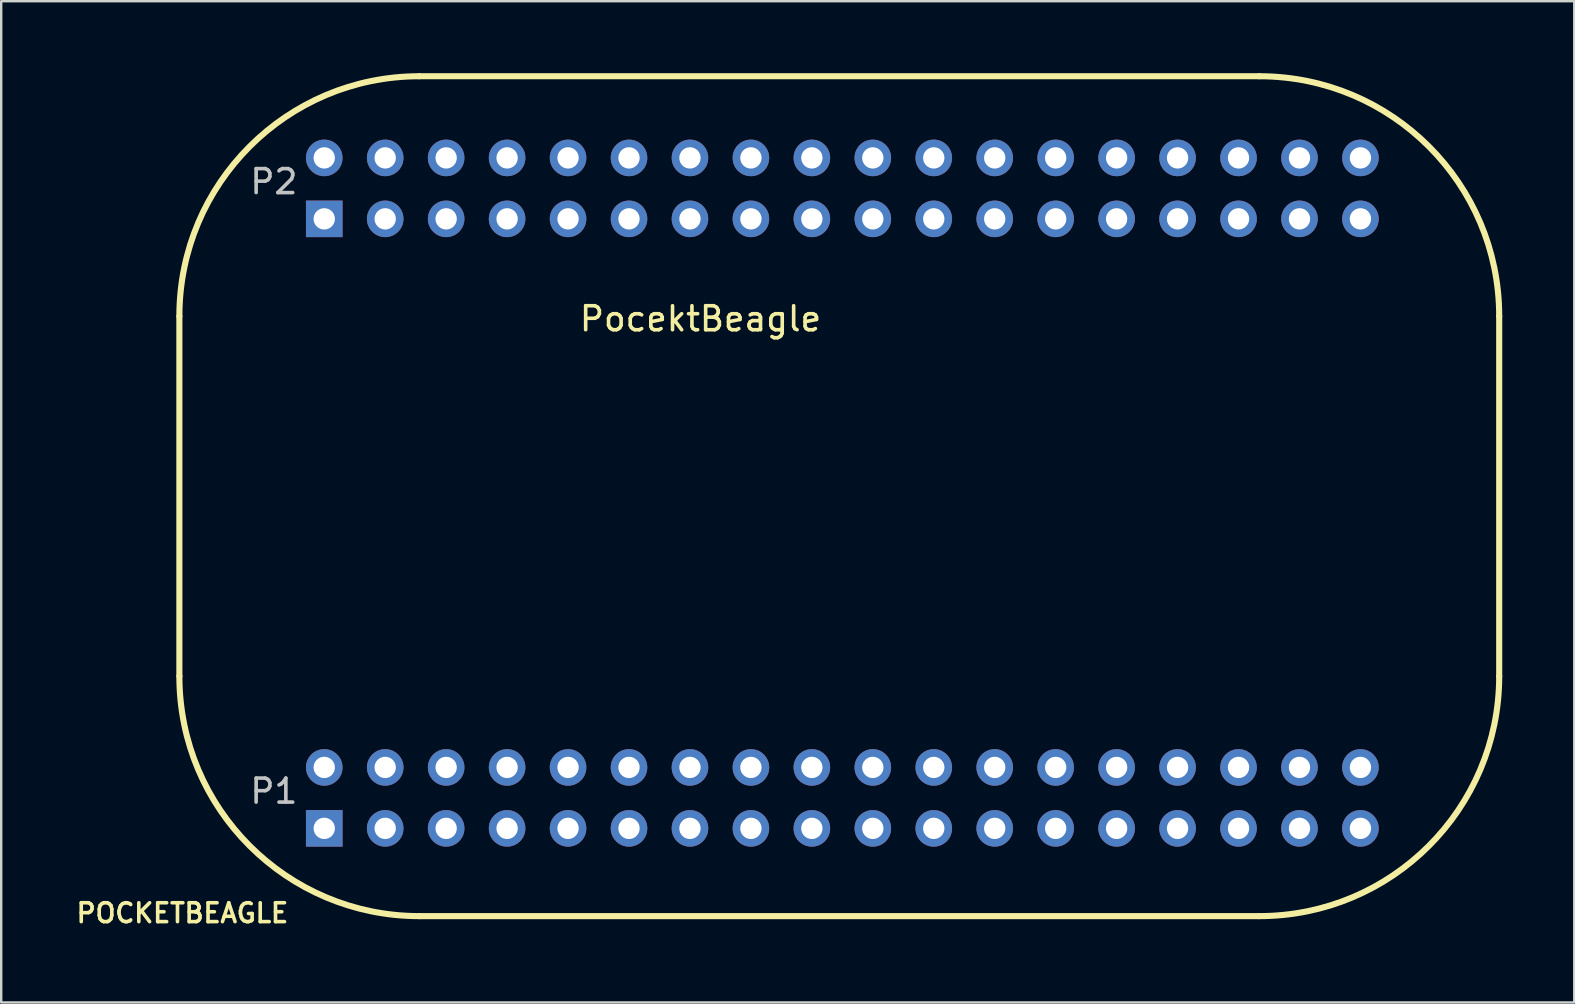
<source format=kicad_pcb>
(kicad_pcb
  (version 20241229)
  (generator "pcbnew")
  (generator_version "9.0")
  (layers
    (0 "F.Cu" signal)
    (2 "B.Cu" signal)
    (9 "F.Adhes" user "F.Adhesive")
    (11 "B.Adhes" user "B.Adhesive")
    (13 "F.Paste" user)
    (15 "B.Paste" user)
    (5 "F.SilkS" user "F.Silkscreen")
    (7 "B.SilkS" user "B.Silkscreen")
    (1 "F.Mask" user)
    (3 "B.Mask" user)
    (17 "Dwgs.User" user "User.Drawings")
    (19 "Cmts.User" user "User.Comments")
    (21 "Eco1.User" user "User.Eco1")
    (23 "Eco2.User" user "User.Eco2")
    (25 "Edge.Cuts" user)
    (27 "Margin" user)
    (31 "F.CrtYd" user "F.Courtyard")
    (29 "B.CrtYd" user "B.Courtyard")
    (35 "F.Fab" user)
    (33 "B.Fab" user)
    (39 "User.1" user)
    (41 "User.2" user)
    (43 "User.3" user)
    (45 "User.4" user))
  (footprint "POCKETBEAGLE"
    (layer "F.Cu")
    (at 4.552 35)
    (property "Reference" "POCKETBEAGLE" (at 0 0 0) (layer "F.SilkS") (effects (font (size 0.787 0.787) (thickness 0.15))))
    (attr through_hole)
    (fp_line (start -0.127 -24.873) (end -0.127 -9.873) (stroke (width 0.254) (type solid)) (layer "F.SilkS"))
    (fp_line (start 9.873 0.127) (end 44.873 0.127) (stroke (width 0.254) (type solid)) (layer "F.SilkS"))
    (fp_line (start 44.873 -34.873) (end 9.873 -34.873) (stroke (width 0.254) (type solid)) (layer "F.SilkS"))
    (fp_line (start 54.873 -9.873) (end 54.873 -24.873) (stroke (width 0.254) (type solid)) (layer "F.SilkS"))
    (fp_arc (start -0.127 -24.873) (mid 2.801932 -31.944068) (end 9.873 -34.873) (stroke (width 0.254) (type solid)) (layer "F.SilkS"))
    (fp_arc (start 9.873 0.127) (mid 2.801932 -2.801932) (end -0.127 -9.873) (stroke (width 0.254) (type solid)) (layer "F.SilkS"))
    (fp_arc (start 44.873 -34.873) (mid 51.944068 -31.944068) (end 54.873 -24.873) (stroke (width 0.254) (type solid)) (layer "F.SilkS"))
    (fp_arc (start 54.873 -9.873) (mid 51.944068 -2.801932) (end 44.873 0.127) (stroke (width 0.254) (type solid)) (layer "F.SilkS"))
    (fp_poly (pts (xy 5.656 -31.724) (xy 6.164 -31.724) (xy 6.164 -31.216) (xy 5.656 -31.216)) (stroke (width 0.01) (type solid)) (fill no) (layer "F.Fab"))
    (fp_poly (pts (xy 5.656 -29.184) (xy 6.164 -29.184) (xy 6.164 -28.676) (xy 5.656 -28.676)) (stroke (width 0.01) (type solid)) (fill no) (layer "F.Fab"))
    (fp_poly (pts (xy 5.656 -6.324) (xy 6.164 -6.324) (xy 6.164 -5.816) (xy 5.656 -5.816)) (stroke (width 0.01) (type solid)) (fill no) (layer "F.Fab"))
    (fp_poly (pts (xy 5.656 -3.784) (xy 6.164 -3.784) (xy 6.164 -3.276) (xy 5.656 -3.276)) (stroke (width 0.01) (type solid)) (fill no) (layer "F.Fab"))
    (fp_poly (pts (xy 8.196 -31.724) (xy 8.704 -31.724) (xy 8.704 -31.216) (xy 8.196 -31.216)) (stroke (width 0.01) (type solid)) (fill no) (layer "F.Fab"))
    (fp_poly (pts (xy 8.196 -29.184) (xy 8.704 -29.184) (xy 8.704 -28.676) (xy 8.196 -28.676)) (stroke (width 0.01) (type solid)) (fill no) (layer "F.Fab"))
    (fp_poly (pts (xy 8.196 -6.324) (xy 8.704 -6.324) (xy 8.704 -5.816) (xy 8.196 -5.816)) (stroke (width 0.01) (type solid)) (fill no) (layer "F.Fab"))
    (fp_poly (pts (xy 8.196 -3.784) (xy 8.704 -3.784) (xy 8.704 -3.276) (xy 8.196 -3.276)) (stroke (width 0.01) (type solid)) (fill no) (layer "F.Fab"))
    (fp_poly (pts (xy 10.736 -31.724) (xy 11.244 -31.724) (xy 11.244 -31.216) (xy 10.736 -31.216)) (stroke (width 0.01) (type solid)) (fill no) (layer "F.Fab"))
    (fp_poly (pts (xy 10.736 -29.184) (xy 11.244 -29.184) (xy 11.244 -28.676) (xy 10.736 -28.676)) (stroke (width 0.01) (type solid)) (fill no) (layer "F.Fab"))
    (fp_poly (pts (xy 10.736 -6.324) (xy 11.244 -6.324) (xy 11.244 -5.816) (xy 10.736 -5.816)) (stroke (width 0.01) (type solid)) (fill no) (layer "F.Fab"))
    (fp_poly (pts (xy 10.736 -3.784) (xy 11.244 -3.784) (xy 11.244 -3.276) (xy 10.736 -3.276)) (stroke (width 0.01) (type solid)) (fill no) (layer "F.Fab"))
    (fp_poly (pts (xy 13.276 -31.724) (xy 13.784 -31.724) (xy 13.784 -31.216) (xy 13.276 -31.216)) (stroke (width 0.01) (type solid)) (fill no) (layer "F.Fab"))
    (fp_poly (pts (xy 13.276 -29.184) (xy 13.784 -29.184) (xy 13.784 -28.676) (xy 13.276 -28.676)) (stroke (width 0.01) (type solid)) (fill no) (layer "F.Fab"))
    (fp_poly (pts (xy 13.276 -6.324) (xy 13.784 -6.324) (xy 13.784 -5.816) (xy 13.276 -5.816)) (stroke (width 0.01) (type solid)) (fill no) (layer "F.Fab"))
    (fp_poly (pts (xy 13.276 -3.784) (xy 13.784 -3.784) (xy 13.784 -3.276) (xy 13.276 -3.276)) (stroke (width 0.01) (type solid)) (fill no) (layer "F.Fab"))
    (fp_poly (pts (xy 15.816 -31.724) (xy 16.324 -31.724) (xy 16.324 -31.216) (xy 15.816 -31.216)) (stroke (width 0.01) (type solid)) (fill no) (layer "F.Fab"))
    (fp_poly (pts (xy 15.816 -29.184) (xy 16.324 -29.184) (xy 16.324 -28.676) (xy 15.816 -28.676)) (stroke (width 0.01) (type solid)) (fill no) (layer "F.Fab"))
    (fp_poly (pts (xy 15.816 -6.324) (xy 16.324 -6.324) (xy 16.324 -5.816) (xy 15.816 -5.816)) (stroke (width 0.01) (type solid)) (fill no) (layer "F.Fab"))
    (fp_poly (pts (xy 15.816 -3.784) (xy 16.324 -3.784) (xy 16.324 -3.276) (xy 15.816 -3.276)) (stroke (width 0.01) (type solid)) (fill no) (layer "F.Fab"))
    (fp_poly (pts (xy 18.356 -31.724) (xy 18.864 -31.724) (xy 18.864 -31.216) (xy 18.356 -31.216)) (stroke (width 0.01) (type solid)) (fill no) (layer "F.Fab"))
    (fp_poly (pts (xy 18.356 -29.184) (xy 18.864 -29.184) (xy 18.864 -28.676) (xy 18.356 -28.676)) (stroke (width 0.01) (type solid)) (fill no) (layer "F.Fab"))
    (fp_poly (pts (xy 18.356 -6.324) (xy 18.864 -6.324) (xy 18.864 -5.816) (xy 18.356 -5.816)) (stroke (width 0.01) (type solid)) (fill no) (layer "F.Fab"))
    (fp_poly (pts (xy 18.356 -3.784) (xy 18.864 -3.784) (xy 18.864 -3.276) (xy 18.356 -3.276)) (stroke (width 0.01) (type solid)) (fill no) (layer "F.Fab"))
    (fp_poly (pts (xy 20.896 -31.724) (xy 21.404 -31.724) (xy 21.404 -31.216) (xy 20.896 -31.216)) (stroke (width 0.01) (type solid)) (fill no) (layer "F.Fab"))
    (fp_poly (pts (xy 20.896 -29.184) (xy 21.404 -29.184) (xy 21.404 -28.676) (xy 20.896 -28.676)) (stroke (width 0.01) (type solid)) (fill no) (layer "F.Fab"))
    (fp_poly (pts (xy 20.896 -6.324) (xy 21.404 -6.324) (xy 21.404 -5.816) (xy 20.896 -5.816)) (stroke (width 0.01) (type solid)) (fill no) (layer "F.Fab"))
    (fp_poly (pts (xy 20.896 -3.784) (xy 21.404 -3.784) (xy 21.404 -3.276) (xy 20.896 -3.276)) (stroke (width 0.01) (type solid)) (fill no) (layer "F.Fab"))
    (fp_poly (pts (xy 23.436 -31.724) (xy 23.944 -31.724) (xy 23.944 -31.216) (xy 23.436 -31.216)) (stroke (width 0.01) (type solid)) (fill no) (layer "F.Fab"))
    (fp_poly (pts (xy 23.436 -29.184) (xy 23.944 -29.184) (xy 23.944 -28.676) (xy 23.436 -28.676)) (stroke (width 0.01) (type solid)) (fill no) (layer "F.Fab"))
    (fp_poly (pts (xy 23.436 -6.324) (xy 23.944 -6.324) (xy 23.944 -5.816) (xy 23.436 -5.816)) (stroke (width 0.01) (type solid)) (fill no) (layer "F.Fab"))
    (fp_poly (pts (xy 23.436 -3.784) (xy 23.944 -3.784) (xy 23.944 -3.276) (xy 23.436 -3.276)) (stroke (width 0.01) (type solid)) (fill no) (layer "F.Fab"))
    (fp_poly (pts (xy 25.976 -31.724) (xy 26.484 -31.724) (xy 26.484 -31.216) (xy 25.976 -31.216)) (stroke (width 0.01) (type solid)) (fill no) (layer "F.Fab"))
    (fp_poly (pts (xy 25.976 -29.184) (xy 26.484 -29.184) (xy 26.484 -28.676) (xy 25.976 -28.676)) (stroke (width 0.01) (type solid)) (fill no) (layer "F.Fab"))
    (fp_poly (pts (xy 25.976 -6.324) (xy 26.484 -6.324) (xy 26.484 -5.816) (xy 25.976 -5.816)) (stroke (width 0.01) (type solid)) (fill no) (layer "F.Fab"))
    (fp_poly (pts (xy 25.976 -3.784) (xy 26.484 -3.784) (xy 26.484 -3.276) (xy 25.976 -3.276)) (stroke (width 0.01) (type solid)) (fill no) (layer "F.Fab"))
    (fp_poly (pts (xy 28.516 -31.724) (xy 29.024 -31.724) (xy 29.024 -31.216) (xy 28.516 -31.216)) (stroke (width 0.01) (type solid)) (fill no) (layer "F.Fab"))
    (fp_poly (pts (xy 28.516 -29.184) (xy 29.024 -29.184) (xy 29.024 -28.676) (xy 28.516 -28.676)) (stroke (width 0.01) (type solid)) (fill no) (layer "F.Fab"))
    (fp_poly (pts (xy 28.516 -6.324) (xy 29.024 -6.324) (xy 29.024 -5.816) (xy 28.516 -5.816)) (stroke (width 0.01) (type solid)) (fill no) (layer "F.Fab"))
    (fp_poly (pts (xy 28.516 -3.784) (xy 29.024 -3.784) (xy 29.024 -3.276) (xy 28.516 -3.276)) (stroke (width 0.01) (type solid)) (fill no) (layer "F.Fab"))
    (fp_poly (pts (xy 31.056 -31.724) (xy 31.564 -31.724) (xy 31.564 -31.216) (xy 31.056 -31.216)) (stroke (width 0.01) (type solid)) (fill no) (layer "F.Fab"))
    (fp_poly (pts (xy 31.056 -29.184) (xy 31.564 -29.184) (xy 31.564 -28.676) (xy 31.056 -28.676)) (stroke (width 0.01) (type solid)) (fill no) (layer "F.Fab"))
    (fp_poly (pts (xy 31.056 -6.324) (xy 31.564 -6.324) (xy 31.564 -5.816) (xy 31.056 -5.816)) (stroke (width 0.01) (type solid)) (fill no) (layer "F.Fab"))
    (fp_poly (pts (xy 31.056 -3.784) (xy 31.564 -3.784) (xy 31.564 -3.276) (xy 31.056 -3.276)) (stroke (width 0.01) (type solid)) (fill no) (layer "F.Fab"))
    (fp_poly (pts (xy 33.596 -31.724) (xy 34.104 -31.724) (xy 34.104 -31.216) (xy 33.596 -31.216)) (stroke (width 0.01) (type solid)) (fill no) (layer "F.Fab"))
    (fp_poly (pts (xy 33.596 -29.184) (xy 34.104 -29.184) (xy 34.104 -28.676) (xy 33.596 -28.676)) (stroke (width 0.01) (type solid)) (fill no) (layer "F.Fab"))
    (fp_poly (pts (xy 33.596 -6.324) (xy 34.104 -6.324) (xy 34.104 -5.816) (xy 33.596 -5.816)) (stroke (width 0.01) (type solid)) (fill no) (layer "F.Fab"))
    (fp_poly (pts (xy 33.596 -3.784) (xy 34.104 -3.784) (xy 34.104 -3.276) (xy 33.596 -3.276)) (stroke (width 0.01) (type solid)) (fill no) (layer "F.Fab"))
    (fp_poly (pts (xy 36.136 -31.724) (xy 36.644 -31.724) (xy 36.644 -31.216) (xy 36.136 -31.216)) (stroke (width 0.01) (type solid)) (fill no) (layer "F.Fab"))
    (fp_poly (pts (xy 36.136 -29.184) (xy 36.644 -29.184) (xy 36.644 -28.676) (xy 36.136 -28.676)) (stroke (width 0.01) (type solid)) (fill no) (layer "F.Fab"))
    (fp_poly (pts (xy 36.136 -6.324) (xy 36.644 -6.324) (xy 36.644 -5.816) (xy 36.136 -5.816)) (stroke (width 0.01) (type solid)) (fill no) (layer "F.Fab"))
    (fp_poly (pts (xy 36.136 -3.784) (xy 36.644 -3.784) (xy 36.644 -3.276) (xy 36.136 -3.276)) (stroke (width 0.01) (type solid)) (fill no) (layer "F.Fab"))
    (fp_poly (pts (xy 38.676 -31.724) (xy 39.184 -31.724) (xy 39.184 -31.216) (xy 38.676 -31.216)) (stroke (width 0.01) (type solid)) (fill no) (layer "F.Fab"))
    (fp_poly (pts (xy 38.676 -29.184) (xy 39.184 -29.184) (xy 39.184 -28.676) (xy 38.676 -28.676)) (stroke (width 0.01) (type solid)) (fill no) (layer "F.Fab"))
    (fp_poly (pts (xy 38.676 -6.324) (xy 39.184 -6.324) (xy 39.184 -5.816) (xy 38.676 -5.816)) (stroke (width 0.01) (type solid)) (fill no) (layer "F.Fab"))
    (fp_poly (pts (xy 38.676 -3.784) (xy 39.184 -3.784) (xy 39.184 -3.276) (xy 38.676 -3.276)) (stroke (width 0.01) (type solid)) (fill no) (layer "F.Fab"))
    (fp_poly (pts (xy 41.216 -31.724) (xy 41.724 -31.724) (xy 41.724 -31.216) (xy 41.216 -31.216)) (stroke (width 0.01) (type solid)) (fill no) (layer "F.Fab"))
    (fp_poly (pts (xy 41.216 -29.184) (xy 41.724 -29.184) (xy 41.724 -28.676) (xy 41.216 -28.676)) (stroke (width 0.01) (type solid)) (fill no) (layer "F.Fab"))
    (fp_poly (pts (xy 41.216 -6.324) (xy 41.724 -6.324) (xy 41.724 -5.816) (xy 41.216 -5.816)) (stroke (width 0.01) (type solid)) (fill no) (layer "F.Fab"))
    (fp_poly (pts (xy 41.216 -3.784) (xy 41.724 -3.784) (xy 41.724 -3.276) (xy 41.216 -3.276)) (stroke (width 0.01) (type solid)) (fill no) (layer "F.Fab"))
    (fp_poly (pts (xy 43.756 -31.724) (xy 44.264 -31.724) (xy 44.264 -31.216) (xy 43.756 -31.216)) (stroke (width 0.01) (type solid)) (fill no) (layer "F.Fab"))
    (fp_poly (pts (xy 43.756 -29.184) (xy 44.264 -29.184) (xy 44.264 -28.676) (xy 43.756 -28.676)) (stroke (width 0.01) (type solid)) (fill no) (layer "F.Fab"))
    (fp_poly (pts (xy 43.756 -6.324) (xy 44.264 -6.324) (xy 44.264 -5.816) (xy 43.756 -5.816)) (stroke (width 0.01) (type solid)) (fill no) (layer "F.Fab"))
    (fp_poly (pts (xy 43.756 -3.784) (xy 44.264 -3.784) (xy 44.264 -3.276) (xy 43.756 -3.276)) (stroke (width 0.01) (type solid)) (fill no) (layer "F.Fab"))
    (fp_poly (pts (xy 46.296 -31.724) (xy 46.804 -31.724) (xy 46.804 -31.216) (xy 46.296 -31.216)) (stroke (width 0.01) (type solid)) (fill no) (layer "F.Fab"))
    (fp_poly (pts (xy 46.296 -29.184) (xy 46.804 -29.184) (xy 46.804 -28.676) (xy 46.296 -28.676)) (stroke (width 0.01) (type solid)) (fill no) (layer "F.Fab"))
    (fp_poly (pts (xy 46.296 -6.324) (xy 46.804 -6.324) (xy 46.804 -5.816) (xy 46.296 -5.816)) (stroke (width 0.01) (type solid)) (fill no) (layer "F.Fab"))
    (fp_poly (pts (xy 46.296 -3.784) (xy 46.804 -3.784) (xy 46.804 -3.276) (xy 46.296 -3.276)) (stroke (width 0.01) (type solid)) (fill no) (layer "F.Fab"))
    (fp_poly (pts (xy 48.836 -31.724) (xy 49.344 -31.724) (xy 49.344 -31.216) (xy 48.836 -31.216)) (stroke (width 0.01) (type solid)) (fill no) (layer "F.Fab"))
    (fp_poly (pts (xy 48.836 -29.184) (xy 49.344 -29.184) (xy 49.344 -28.676) (xy 48.836 -28.676)) (stroke (width 0.01) (type solid)) (fill no) (layer "F.Fab"))
    (fp_poly (pts (xy 48.836 -6.324) (xy 49.344 -6.324) (xy 49.344 -5.816) (xy 48.836 -5.816)) (stroke (width 0.01) (type solid)) (fill no) (layer "F.Fab"))
    (fp_poly (pts (xy 48.836 -3.784) (xy 49.344 -3.784) (xy 49.344 -3.276) (xy 48.836 -3.276)) (stroke (width 0.01) (type solid)) (fill no) (layer "F.Fab"))
    (fp_text user "PocektBeagle" (at 21.59 -24.765 0) (layer "F.SilkS") (effects (font (size 1 1) (thickness 0.15))))
    (fp_text user "P2" (at 3.81 -30.48 0) (layer "Dwgs.User") (effects (font (size 1 1) (thickness 0.15))))
    (fp_text user "P1" (at 3.81 -5.08 0) (layer "Dwgs.User") (effects (font (size 1 1) (thickness 0.15))))
    (pad "1" thru_hole rect (at 5.91 -3.53) (size 1.524 1.524) (drill 0.889) (layers "*.Cu" "*.Mask"))
    (pad "2" thru_hole circle (at 5.91 -6.07) (size 1.524 1.524) (drill 0.889) (layers "*.Cu" "*.Mask"))
    (pad "3" thru_hole circle (at 8.45 -3.53) (size 1.524 1.524) (drill 0.889) (layers "*.Cu" "*.Mask"))
    (pad "4" thru_hole circle (at 8.45 -6.07) (size 1.524 1.524) (drill 0.889) (layers "*.Cu" "*.Mask"))
    (pad "5" thru_hole circle (at 10.99 -3.53) (size 1.524 1.524) (drill 0.889) (layers "*.Cu" "*.Mask"))
    (pad "6" thru_hole circle (at 10.99 -6.07) (size 1.524 1.524) (drill 0.889) (layers "*.Cu" "*.Mask"))
    (pad "7" thru_hole circle (at 13.53 -3.53) (size 1.524 1.524) (drill 0.889) (layers "*.Cu" "*.Mask"))
    (pad "8" thru_hole circle (at 13.53 -6.07) (size 1.524 1.524) (drill 0.889) (layers "*.Cu" "*.Mask"))
    (pad "9" thru_hole circle (at 16.07 -3.53) (size 1.524 1.524) (drill 0.889) (layers "*.Cu" "*.Mask"))
    (pad "10" thru_hole circle (at 16.07 -6.07) (size 1.524 1.524) (drill 0.889) (layers "*.Cu" "*.Mask"))
    (pad "11" thru_hole circle (at 18.61 -3.53) (size 1.524 1.524) (drill 0.889) (layers "*.Cu" "*.Mask"))
    (pad "12" thru_hole circle (at 18.61 -6.07) (size 1.524 1.524) (drill 0.889) (layers "*.Cu" "*.Mask"))
    (pad "13" thru_hole circle (at 21.15 -3.53) (size 1.524 1.524) (drill 0.889) (layers "*.Cu" "*.Mask"))
    (pad "14" thru_hole circle (at 21.15 -6.07) (size 1.524 1.524) (drill 0.889) (layers "*.Cu" "*.Mask"))
    (pad "15" thru_hole circle (at 23.69 -3.53) (size 1.524 1.524) (drill 0.889) (layers "*.Cu" "*.Mask"))
    (pad "16" thru_hole circle (at 23.69 -6.07) (size 1.524 1.524) (drill 0.889) (layers "*.Cu" "*.Mask"))
    (pad "17" thru_hole circle (at 26.23 -3.53) (size 1.524 1.524) (drill 0.889) (layers "*.Cu" "*.Mask"))
    (pad "18" thru_hole circle (at 26.23 -6.07) (size 1.524 1.524) (drill 0.889) (layers "*.Cu" "*.Mask"))
    (pad "19" thru_hole circle (at 28.77 -3.53) (size 1.524 1.524) (drill 0.889) (layers "*.Cu" "*.Mask"))
    (pad "20" thru_hole circle (at 28.77 -6.07) (size 1.524 1.524) (drill 0.889) (layers "*.Cu" "*.Mask"))
    (pad "21" thru_hole circle (at 31.31 -3.53) (size 1.524 1.524) (drill 0.889) (layers "*.Cu" "*.Mask"))
    (pad "22" thru_hole circle (at 31.31 -6.07) (size 1.524 1.524) (drill 0.889) (layers "*.Cu" "*.Mask"))
    (pad "23" thru_hole circle (at 33.85 -3.53) (size 1.524 1.524) (drill 0.889) (layers "*.Cu" "*.Mask"))
    (pad "24" thru_hole circle (at 33.85 -6.07) (size 1.524 1.524) (drill 0.889) (layers "*.Cu" "*.Mask"))
    (pad "25" thru_hole circle (at 36.39 -3.53) (size 1.524 1.524) (drill 0.889) (layers "*.Cu" "*.Mask"))
    (pad "26" thru_hole circle (at 36.39 -6.07) (size 1.524 1.524) (drill 0.889) (layers "*.Cu" "*.Mask"))
    (pad "27" thru_hole circle (at 38.93 -3.53) (size 1.524 1.524) (drill 0.889) (layers "*.Cu" "*.Mask"))
    (pad "28" thru_hole circle (at 38.93 -6.07) (size 1.524 1.524) (drill 0.889) (layers "*.Cu" "*.Mask"))
    (pad "29" thru_hole circle (at 41.47 -3.53) (size 1.524 1.524) (drill 0.889) (layers "*.Cu" "*.Mask"))
    (pad "30" thru_hole circle (at 41.47 -6.07) (size 1.524 1.524) (drill 0.889) (layers "*.Cu" "*.Mask"))
    (pad "31" thru_hole circle (at 44.01 -3.53) (size 1.524 1.524) (drill 0.889) (layers "*.Cu" "*.Mask"))
    (pad "32" thru_hole circle (at 44.01 -6.07) (size 1.524 1.524) (drill 0.889) (layers "*.Cu" "*.Mask"))
    (pad "33" thru_hole circle (at 46.55 -3.53) (size 1.524 1.524) (drill 0.889) (layers "*.Cu" "*.Mask"))
    (pad "34" thru_hole circle (at 46.55 -6.07) (size 1.524 1.524) (drill 0.889) (layers "*.Cu" "*.Mask"))
    (pad "35" thru_hole circle (at 49.09 -3.53) (size 1.524 1.524) (drill 0.889) (layers "*.Cu" "*.Mask"))
    (pad "36" thru_hole circle (at 49.09 -6.07) (size 1.524 1.524) (drill 0.889) (layers "*.Cu" "*.Mask"))
    (pad "37" thru_hole rect (at 5.91 -28.93) (size 1.524 1.524) (drill 0.889) (layers "*.Cu" "*.Mask"))
    (pad "38" thru_hole circle (at 5.91 -31.47) (size 1.524 1.524) (drill 0.889) (layers "*.Cu" "*.Mask"))
    (pad "39" thru_hole circle (at 8.45 -28.93) (size 1.524 1.524) (drill 0.889) (layers "*.Cu" "*.Mask"))
    (pad "40" thru_hole circle (at 8.45 -31.47) (size 1.524 1.524) (drill 0.889) (layers "*.Cu" "*.Mask"))
    (pad "41" thru_hole circle (at 10.99 -28.93) (size 1.524 1.524) (drill 0.889) (layers "*.Cu" "*.Mask"))
    (pad "42" thru_hole circle (at 10.99 -31.47) (size 1.524 1.524) (drill 0.889) (layers "*.Cu" "*.Mask"))
    (pad "43" thru_hole circle (at 13.53 -28.93) (size 1.524 1.524) (drill 0.889) (layers "*.Cu" "*.Mask"))
    (pad "44" thru_hole circle (at 13.53 -31.47) (size 1.524 1.524) (drill 0.889) (layers "*.Cu" "*.Mask"))
    (pad "45" thru_hole circle (at 16.07 -28.93) (size 1.524 1.524) (drill 0.889) (layers "*.Cu" "*.Mask"))
    (pad "46" thru_hole circle (at 16.07 -31.47) (size 1.524 1.524) (drill 0.889) (layers "*.Cu" "*.Mask"))
    (pad "47" thru_hole circle (at 18.61 -28.93) (size 1.524 1.524) (drill 0.889) (layers "*.Cu" "*.Mask"))
    (pad "48" thru_hole circle (at 18.61 -31.47) (size 1.524 1.524) (drill 0.889) (layers "*.Cu" "*.Mask"))
    (pad "49" thru_hole circle (at 21.15 -28.93) (size 1.524 1.524) (drill 0.889) (layers "*.Cu" "*.Mask"))
    (pad "50" thru_hole circle (at 21.15 -31.47) (size 1.524 1.524) (drill 0.889) (layers "*.Cu" "*.Mask"))
    (pad "51" thru_hole circle (at 23.69 -28.93) (size 1.524 1.524) (drill 0.889) (layers "*.Cu" "*.Mask"))
    (pad "52" thru_hole circle (at 23.69 -31.47) (size 1.524 1.524) (drill 0.889) (layers "*.Cu" "*.Mask"))
    (pad "53" thru_hole circle (at 26.23 -28.93) (size 1.524 1.524) (drill 0.889) (layers "*.Cu" "*.Mask"))
    (pad "54" thru_hole circle (at 26.23 -31.47) (size 1.524 1.524) (drill 0.889) (layers "*.Cu" "*.Mask"))
    (pad "55" thru_hole circle (at 28.77 -28.93) (size 1.524 1.524) (drill 0.889) (layers "*.Cu" "*.Mask"))
    (pad "56" thru_hole circle (at 28.77 -31.47) (size 1.524 1.524) (drill 0.889) (layers "*.Cu" "*.Mask"))
    (pad "57" thru_hole circle (at 31.31 -28.93) (size 1.524 1.524) (drill 0.889) (layers "*.Cu" "*.Mask"))
    (pad "58" thru_hole circle (at 31.31 -31.47) (size 1.524 1.524) (drill 0.889) (layers "*.Cu" "*.Mask"))
    (pad "59" thru_hole circle (at 33.85 -28.93) (size 1.524 1.524) (drill 0.889) (layers "*.Cu" "*.Mask"))
    (pad "60" thru_hole circle (at 33.85 -31.47) (size 1.524 1.524) (drill 0.889) (layers "*.Cu" "*.Mask"))
    (pad "61" thru_hole circle (at 36.39 -28.93) (size 1.524 1.524) (drill 0.889) (layers "*.Cu" "*.Mask"))
    (pad "62" thru_hole circle (at 36.39 -31.47) (size 1.524 1.524) (drill 0.889) (layers "*.Cu" "*.Mask"))
    (pad "63" thru_hole circle (at 38.93 -28.93) (size 1.524 1.524) (drill 0.889) (layers "*.Cu" "*.Mask"))
    (pad "64" thru_hole circle (at 38.93 -31.47) (size 1.524 1.524) (drill 0.889) (layers "*.Cu" "*.Mask"))
    (pad "65" thru_hole circle (at 41.47 -28.93) (size 1.524 1.524) (drill 0.889) (layers "*.Cu" "*.Mask"))
    (pad "66" thru_hole circle (at 41.47 -31.47) (size 1.524 1.524) (drill 0.889) (layers "*.Cu" "*.Mask"))
    (pad "67" thru_hole circle (at 44.01 -28.93) (size 1.524 1.524) (drill 0.889) (layers "*.Cu" "*.Mask"))
    (pad "68" thru_hole circle (at 44.01 -31.47) (size 1.524 1.524) (drill 0.889) (layers "*.Cu" "*.Mask"))
    (pad "69" thru_hole circle (at 46.55 -28.93) (size 1.524 1.524) (drill 0.889) (layers "*.Cu" "*.Mask"))
    (pad "70" thru_hole circle (at 46.55 -31.47) (size 1.524 1.524) (drill 0.889) (layers "*.Cu" "*.Mask"))
    (pad "71" thru_hole circle (at 49.09 -28.93) (size 1.524 1.524) (drill 0.889) (layers "*.Cu" "*.Mask"))
    (pad "72" thru_hole circle (at 49.09 -31.47) (size 1.524 1.524) (drill 0.889) (layers "*.Cu" "*.Mask")))
  (gr_rect
    (start -3 -3)
    (end 62.552 38.724)
    (stroke (width 0.1) (type default))
    (fill no)
    (layer "Edge.Cuts")))
</source>
